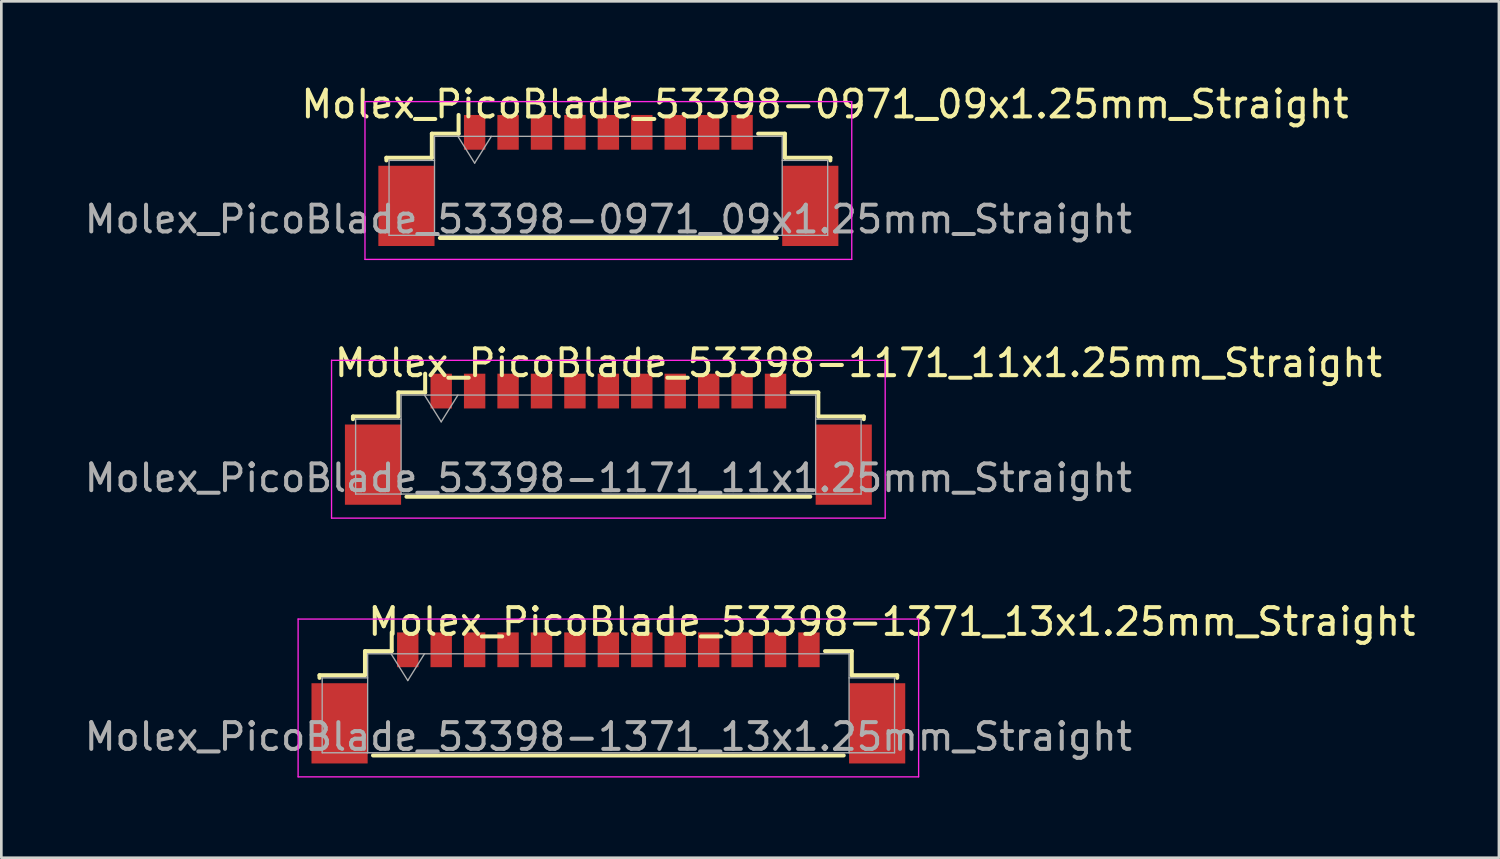
<source format=kicad_pcb>
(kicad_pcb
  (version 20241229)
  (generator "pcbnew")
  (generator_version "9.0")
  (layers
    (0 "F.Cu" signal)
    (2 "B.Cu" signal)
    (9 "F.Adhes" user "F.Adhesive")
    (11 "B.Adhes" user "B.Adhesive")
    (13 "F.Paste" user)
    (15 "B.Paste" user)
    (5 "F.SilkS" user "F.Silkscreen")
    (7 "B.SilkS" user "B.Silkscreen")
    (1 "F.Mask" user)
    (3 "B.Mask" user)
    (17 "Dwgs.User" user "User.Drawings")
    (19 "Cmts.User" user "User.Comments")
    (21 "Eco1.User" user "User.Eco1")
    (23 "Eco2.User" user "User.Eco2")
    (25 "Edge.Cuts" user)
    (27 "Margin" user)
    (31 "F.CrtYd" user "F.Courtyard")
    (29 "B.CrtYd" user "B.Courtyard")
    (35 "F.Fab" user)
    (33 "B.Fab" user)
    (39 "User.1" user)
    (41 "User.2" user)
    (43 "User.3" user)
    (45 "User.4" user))
  (footprint "Molex_PicoBlade_53398-1171_11x1.25mm_Straight"
    (layer "F.Cu")
    (at 19.696 14.322)
    (property "Reference" "Molex_PicoBlade_53398-1171_11x1.25mm_Straight" (at 0 0.5 0) (layer "F.Fab") (effects (font (size 1 1) (thickness 0.15))))
    (attr through_hole)
    (fp_line (start -9.55 -1.8) (end -9.55 -1.7) (stroke (width 0.15) (type solid)) (layer "F.SilkS"))
    (fp_line (start -7.85 -2.7) (end -7.85 -1.8) (stroke (width 0.15) (type solid)) (layer "F.SilkS"))
    (fp_line (start -7.85 -1.8) (end -9.55 -1.8) (stroke (width 0.15) (type solid)) (layer "F.SilkS"))
    (fp_line (start -7.55 1.2) (end 7.55 1.2) (stroke (width 0.15) (type solid)) (layer "F.SilkS"))
    (fp_line (start -6.85 -3.4) (end -6.85 -2.7) (stroke (width 0.15) (type solid)) (layer "F.SilkS"))
    (fp_line (start -6.85 -2.7) (end -7.85 -2.7) (stroke (width 0.15) (type solid)) (layer "F.SilkS"))
    (fp_line (start 6.85 -2.7) (end 7.85 -2.7) (stroke (width 0.15) (type solid)) (layer "F.SilkS"))
    (fp_line (start 7.85 -2.7) (end 7.85 -1.8) (stroke (width 0.15) (type solid)) (layer "F.SilkS"))
    (fp_line (start 7.85 -1.8) (end 9.55 -1.8) (stroke (width 0.15) (type solid)) (layer "F.SilkS"))
    (fp_line (start 9.55 -1.8) (end 9.55 -1.7) (stroke (width 0.15) (type solid)) (layer "F.SilkS"))
    (fp_line (start -10.35 -3.9) (end -10.35 2) (stroke (width 0.05) (type solid)) (layer "F.CrtYd"))
    (fp_line (start -10.35 2) (end 10.35 2) (stroke (width 0.05) (type solid)) (layer "F.CrtYd"))
    (fp_line (start 10.35 -3.9) (end -10.35 -3.9) (stroke (width 0.05) (type solid)) (layer "F.CrtYd"))
    (fp_line (start 10.35 2) (end 10.35 -3.9) (stroke (width 0.05) (type solid)) (layer "F.CrtYd"))
    (fp_line (start -9.45 -1.7) (end -7.75 -1.7) (stroke (width 0.05) (type solid)) (layer "F.Fab"))
    (fp_line (start -9.45 1.1) (end -9.45 -1.7) (stroke (width 0.05) (type solid)) (layer "F.Fab"))
    (fp_line (start -7.75 -2.6) (end 7.75 -2.6) (stroke (width 0.05) (type solid)) (layer "F.Fab"))
    (fp_line (start -7.75 1.1) (end -9.45 1.1) (stroke (width 0.05) (type solid)) (layer "F.Fab"))
    (fp_line (start -7.75 1.1) (end -7.75 -2.6) (stroke (width 0.05) (type solid)) (layer "F.Fab"))
    (fp_line (start -6.875 -2.6) (end -6.25 -1.6) (stroke (width 0.05) (type solid)) (layer "F.Fab"))
    (fp_line (start -6.25 -1.6) (end -5.625 -2.6) (stroke (width 0.05) (type solid)) (layer "F.Fab"))
    (fp_line (start 7.75 -2.6) (end 7.75 1.1) (stroke (width 0.05) (type solid)) (layer "F.Fab"))
    (fp_line (start 7.75 -1.7) (end 9.45 -1.7) (stroke (width 0.05) (type solid)) (layer "F.Fab"))
    (fp_line (start 7.75 1.1) (end -7.75 1.1) (stroke (width 0.05) (type solid)) (layer "F.Fab"))
    (fp_line (start 9.45 -1.7) (end 9.45 1.1) (stroke (width 0.05) (type solid)) (layer "F.Fab"))
    (fp_line (start 9.45 1.1) (end 7.75 1.1) (stroke (width 0.05) (type solid)) (layer "F.Fab"))
    (fp_text user "${REFERENCE}" (at 9.35 -3.8 0) (layer "F.SilkS") (effects (font (size 1 1) (thickness 0.15))))
    (pad "" smd rect (at -8.8 0) (size 2.1 3) (layers "F.Cu" "F.Mask" "F.Paste"))
    (pad "" smd rect (at 8.8 0) (size 2.1 3) (layers "F.Cu" "F.Mask" "F.Paste"))
    (pad "1" smd rect (at -6.25 -2.75) (size 0.8 1.3) (layers "F.Cu" "F.Mask" "F.Paste"))
    (pad "2" smd rect (at -5 -2.75) (size 0.8 1.3) (layers "F.Cu" "F.Mask" "F.Paste"))
    (pad "3" smd rect (at -3.75 -2.75) (size 0.8 1.3) (layers "F.Cu" "F.Mask" "F.Paste"))
    (pad "4" smd rect (at -2.5 -2.75) (size 0.8 1.3) (layers "F.Cu" "F.Mask" "F.Paste"))
    (pad "5" smd rect (at -1.25 -2.75) (size 0.8 1.3) (layers "F.Cu" "F.Mask" "F.Paste"))
    (pad "6" smd rect (at 0 -2.75) (size 0.8 1.3) (layers "F.Cu" "F.Mask" "F.Paste"))
    (pad "7" smd rect (at 1.25 -2.75) (size 0.8 1.3) (layers "F.Cu" "F.Mask" "F.Paste"))
    (pad "8" smd rect (at 2.5 -2.75) (size 0.8 1.3) (layers "F.Cu" "F.Mask" "F.Paste"))
    (pad "9" smd rect (at 3.75 -2.75) (size 0.8 1.3) (layers "F.Cu" "F.Mask" "F.Paste"))
    (pad "10" smd rect (at 5 -2.75) (size 0.8 1.3) (layers "F.Cu" "F.Mask" "F.Paste"))
    (pad "11" smd rect (at 6.25 -2.75) (size 0.8 1.3) (layers "F.Cu" "F.Mask" "F.Paste")))
  (footprint "Molex_PicoBlade_53398-1371_13x1.25mm_Straight"
    (layer "F.Cu")
    (at 19.696 23.995)
    (property "Reference" "Molex_PicoBlade_53398-1371_13x1.25mm_Straight" (at 0 0.5 0) (layer "F.Fab") (effects (font (size 1 1) (thickness 0.15))))
    (attr through_hole)
    (fp_line (start -10.8 -1.8) (end -10.8 -1.7) (stroke (width 0.15) (type solid)) (layer "F.SilkS"))
    (fp_line (start -9.1 -2.7) (end -9.1 -1.8) (stroke (width 0.15) (type solid)) (layer "F.SilkS"))
    (fp_line (start -9.1 -1.8) (end -10.8 -1.8) (stroke (width 0.15) (type solid)) (layer "F.SilkS"))
    (fp_line (start -8.8 1.2) (end 8.8 1.2) (stroke (width 0.15) (type solid)) (layer "F.SilkS"))
    (fp_line (start -8.1 -3.4) (end -8.1 -2.7) (stroke (width 0.15) (type solid)) (layer "F.SilkS"))
    (fp_line (start -8.1 -2.7) (end -9.1 -2.7) (stroke (width 0.15) (type solid)) (layer "F.SilkS"))
    (fp_line (start 8.1 -2.7) (end 9.1 -2.7) (stroke (width 0.15) (type solid)) (layer "F.SilkS"))
    (fp_line (start 9.1 -2.7) (end 9.1 -1.8) (stroke (width 0.15) (type solid)) (layer "F.SilkS"))
    (fp_line (start 9.1 -1.8) (end 10.8 -1.8) (stroke (width 0.15) (type solid)) (layer "F.SilkS"))
    (fp_line (start 10.8 -1.8) (end 10.8 -1.7) (stroke (width 0.15) (type solid)) (layer "F.SilkS"))
    (fp_line (start -11.6 -3.9) (end -11.6 2) (stroke (width 0.05) (type solid)) (layer "F.CrtYd"))
    (fp_line (start -11.6 2) (end 11.6 2) (stroke (width 0.05) (type solid)) (layer "F.CrtYd"))
    (fp_line (start 11.6 -3.9) (end -11.6 -3.9) (stroke (width 0.05) (type solid)) (layer "F.CrtYd"))
    (fp_line (start 11.6 2) (end 11.6 -3.9) (stroke (width 0.05) (type solid)) (layer "F.CrtYd"))
    (fp_line (start -10.7 -1.7) (end -9 -1.7) (stroke (width 0.05) (type solid)) (layer "F.Fab"))
    (fp_line (start -10.7 1.1) (end -10.7 -1.7) (stroke (width 0.05) (type solid)) (layer "F.Fab"))
    (fp_line (start -9 -2.6) (end 9 -2.6) (stroke (width 0.05) (type solid)) (layer "F.Fab"))
    (fp_line (start -9 1.1) (end -10.7 1.1) (stroke (width 0.05) (type solid)) (layer "F.Fab"))
    (fp_line (start -9 1.1) (end -9 -2.6) (stroke (width 0.05) (type solid)) (layer "F.Fab"))
    (fp_line (start -8.125 -2.6) (end -7.5 -1.6) (stroke (width 0.05) (type solid)) (layer "F.Fab"))
    (fp_line (start -7.5 -1.6) (end -6.875 -2.6) (stroke (width 0.05) (type solid)) (layer "F.Fab"))
    (fp_line (start 9 -2.6) (end 9 1.1) (stroke (width 0.05) (type solid)) (layer "F.Fab"))
    (fp_line (start 9 -1.7) (end 10.7 -1.7) (stroke (width 0.05) (type solid)) (layer "F.Fab"))
    (fp_line (start 9 1.1) (end -9 1.1) (stroke (width 0.05) (type solid)) (layer "F.Fab"))
    (fp_line (start 10.7 -1.7) (end 10.7 1.1) (stroke (width 0.05) (type solid)) (layer "F.Fab"))
    (fp_line (start 10.7 1.1) (end 9 1.1) (stroke (width 0.05) (type solid)) (layer "F.Fab"))
    (fp_text user "${REFERENCE}" (at 10.6 -3.8 0) (layer "F.SilkS") (effects (font (size 1 1) (thickness 0.15))))
    (pad "" smd rect (at -10.05 0) (size 2.1 3) (layers "F.Cu" "F.Mask" "F.Paste"))
    (pad "" smd rect (at 10.05 0) (size 2.1 3) (layers "F.Cu" "F.Mask" "F.Paste"))
    (pad "1" smd rect (at -7.5 -2.75) (size 0.8 1.3) (layers "F.Cu" "F.Mask" "F.Paste"))
    (pad "2" smd rect (at -6.25 -2.75) (size 0.8 1.3) (layers "F.Cu" "F.Mask" "F.Paste"))
    (pad "3" smd rect (at -5 -2.75) (size 0.8 1.3) (layers "F.Cu" "F.Mask" "F.Paste"))
    (pad "4" smd rect (at -3.75 -2.75) (size 0.8 1.3) (layers "F.Cu" "F.Mask" "F.Paste"))
    (pad "5" smd rect (at -2.5 -2.75) (size 0.8 1.3) (layers "F.Cu" "F.Mask" "F.Paste"))
    (pad "6" smd rect (at -1.25 -2.75) (size 0.8 1.3) (layers "F.Cu" "F.Mask" "F.Paste"))
    (pad "7" smd rect (at 0 -2.75) (size 0.8 1.3) (layers "F.Cu" "F.Mask" "F.Paste"))
    (pad "8" smd rect (at 1.25 -2.75) (size 0.8 1.3) (layers "F.Cu" "F.Mask" "F.Paste"))
    (pad "9" smd rect (at 2.5 -2.75) (size 0.8 1.3) (layers "F.Cu" "F.Mask" "F.Paste"))
    (pad "10" smd rect (at 3.75 -2.75) (size 0.8 1.3) (layers "F.Cu" "F.Mask" "F.Paste"))
    (pad "11" smd rect (at 5 -2.75) (size 0.8 1.3) (layers "F.Cu" "F.Mask" "F.Paste"))
    (pad "12" smd rect (at 6.25 -2.75) (size 0.8 1.3) (layers "F.Cu" "F.Mask" "F.Paste"))
    (pad "13" smd rect (at 7.5 -2.75) (size 0.8 1.3) (layers "F.Cu" "F.Mask" "F.Paste")))
  (footprint "Molex_PicoBlade_53398-0971_09x1.25mm_Straight"
    (layer "F.Cu")
    (at 19.696 4.648)
    (property "Reference" "Molex_PicoBlade_53398-0971_09x1.25mm_Straight" (at 0 0.5 0) (layer "F.Fab") (effects (font (size 1 1) (thickness 0.15))))
    (attr through_hole)
    (fp_line (start -8.3 -1.8) (end -8.3 -1.7) (stroke (width 0.15) (type solid)) (layer "F.SilkS"))
    (fp_line (start -6.6 -2.7) (end -6.6 -1.8) (stroke (width 0.15) (type solid)) (layer "F.SilkS"))
    (fp_line (start -6.6 -1.8) (end -8.3 -1.8) (stroke (width 0.15) (type solid)) (layer "F.SilkS"))
    (fp_line (start -6.3 1.2) (end 6.3 1.2) (stroke (width 0.15) (type solid)) (layer "F.SilkS"))
    (fp_line (start -5.6 -3.4) (end -5.6 -2.7) (stroke (width 0.15) (type solid)) (layer "F.SilkS"))
    (fp_line (start -5.6 -2.7) (end -6.6 -2.7) (stroke (width 0.15) (type solid)) (layer "F.SilkS"))
    (fp_line (start 5.6 -2.7) (end 6.6 -2.7) (stroke (width 0.15) (type solid)) (layer "F.SilkS"))
    (fp_line (start 6.6 -2.7) (end 6.6 -1.8) (stroke (width 0.15) (type solid)) (layer "F.SilkS"))
    (fp_line (start 6.6 -1.8) (end 8.3 -1.8) (stroke (width 0.15) (type solid)) (layer "F.SilkS"))
    (fp_line (start 8.3 -1.8) (end 8.3 -1.7) (stroke (width 0.15) (type solid)) (layer "F.SilkS"))
    (fp_line (start -9.1 -3.9) (end -9.1 2) (stroke (width 0.05) (type solid)) (layer "F.CrtYd"))
    (fp_line (start -9.1 2) (end 9.1 2) (stroke (width 0.05) (type solid)) (layer "F.CrtYd"))
    (fp_line (start 9.1 -3.9) (end -9.1 -3.9) (stroke (width 0.05) (type solid)) (layer "F.CrtYd"))
    (fp_line (start 9.1 2) (end 9.1 -3.9) (stroke (width 0.05) (type solid)) (layer "F.CrtYd"))
    (fp_line (start -8.2 -1.7) (end -6.5 -1.7) (stroke (width 0.05) (type solid)) (layer "F.Fab"))
    (fp_line (start -8.2 1.1) (end -8.2 -1.7) (stroke (width 0.05) (type solid)) (layer "F.Fab"))
    (fp_line (start -6.5 -2.6) (end 6.5 -2.6) (stroke (width 0.05) (type solid)) (layer "F.Fab"))
    (fp_line (start -6.5 1.1) (end -8.2 1.1) (stroke (width 0.05) (type solid)) (layer "F.Fab"))
    (fp_line (start -6.5 1.1) (end -6.5 -2.6) (stroke (width 0.05) (type solid)) (layer "F.Fab"))
    (fp_line (start -5.625 -2.6) (end -5 -1.6) (stroke (width 0.05) (type solid)) (layer "F.Fab"))
    (fp_line (start -5 -1.6) (end -4.375 -2.6) (stroke (width 0.05) (type solid)) (layer "F.Fab"))
    (fp_line (start 6.5 -2.6) (end 6.5 1.1) (stroke (width 0.05) (type solid)) (layer "F.Fab"))
    (fp_line (start 6.5 -1.7) (end 8.2 -1.7) (stroke (width 0.05) (type solid)) (layer "F.Fab"))
    (fp_line (start 6.5 1.1) (end -6.5 1.1) (stroke (width 0.05) (type solid)) (layer "F.Fab"))
    (fp_line (start 8.2 -1.7) (end 8.2 1.1) (stroke (width 0.05) (type solid)) (layer "F.Fab"))
    (fp_line (start 8.2 1.1) (end 6.5 1.1) (stroke (width 0.05) (type solid)) (layer "F.Fab"))
    (fp_text user "${REFERENCE}" (at 8.1 -3.8 0) (layer "F.SilkS") (effects (font (size 1 1) (thickness 0.15))))
    (pad "" smd rect (at -7.55 0) (size 2.1 3) (layers "F.Cu" "F.Mask" "F.Paste"))
    (pad "" smd rect (at 7.55 0) (size 2.1 3) (layers "F.Cu" "F.Mask" "F.Paste"))
    (pad "1" smd rect (at -5 -2.75) (size 0.8 1.3) (layers "F.Cu" "F.Mask" "F.Paste"))
    (pad "2" smd rect (at -3.75 -2.75) (size 0.8 1.3) (layers "F.Cu" "F.Mask" "F.Paste"))
    (pad "3" smd rect (at -2.5 -2.75) (size 0.8 1.3) (layers "F.Cu" "F.Mask" "F.Paste"))
    (pad "4" smd rect (at -1.25 -2.75) (size 0.8 1.3) (layers "F.Cu" "F.Mask" "F.Paste"))
    (pad "5" smd rect (at 0 -2.75) (size 0.8 1.3) (layers "F.Cu" "F.Mask" "F.Paste"))
    (pad "6" smd rect (at 1.25 -2.75) (size 0.8 1.3) (layers "F.Cu" "F.Mask" "F.Paste"))
    (pad "7" smd rect (at 2.5 -2.75) (size 0.8 1.3) (layers "F.Cu" "F.Mask" "F.Paste"))
    (pad "8" smd rect (at 3.75 -2.75) (size 0.8 1.3) (layers "F.Cu" "F.Mask" "F.Paste"))
    (pad "9" smd rect (at 5 -2.75) (size 0.8 1.3) (layers "F.Cu" "F.Mask" "F.Paste")))
  (gr_rect
    (start -3 -3)
    (end 52.993 29.02)
    (stroke (width 0.1) (type default))
    (fill no)
    (layer "Edge.Cuts")))
</source>
